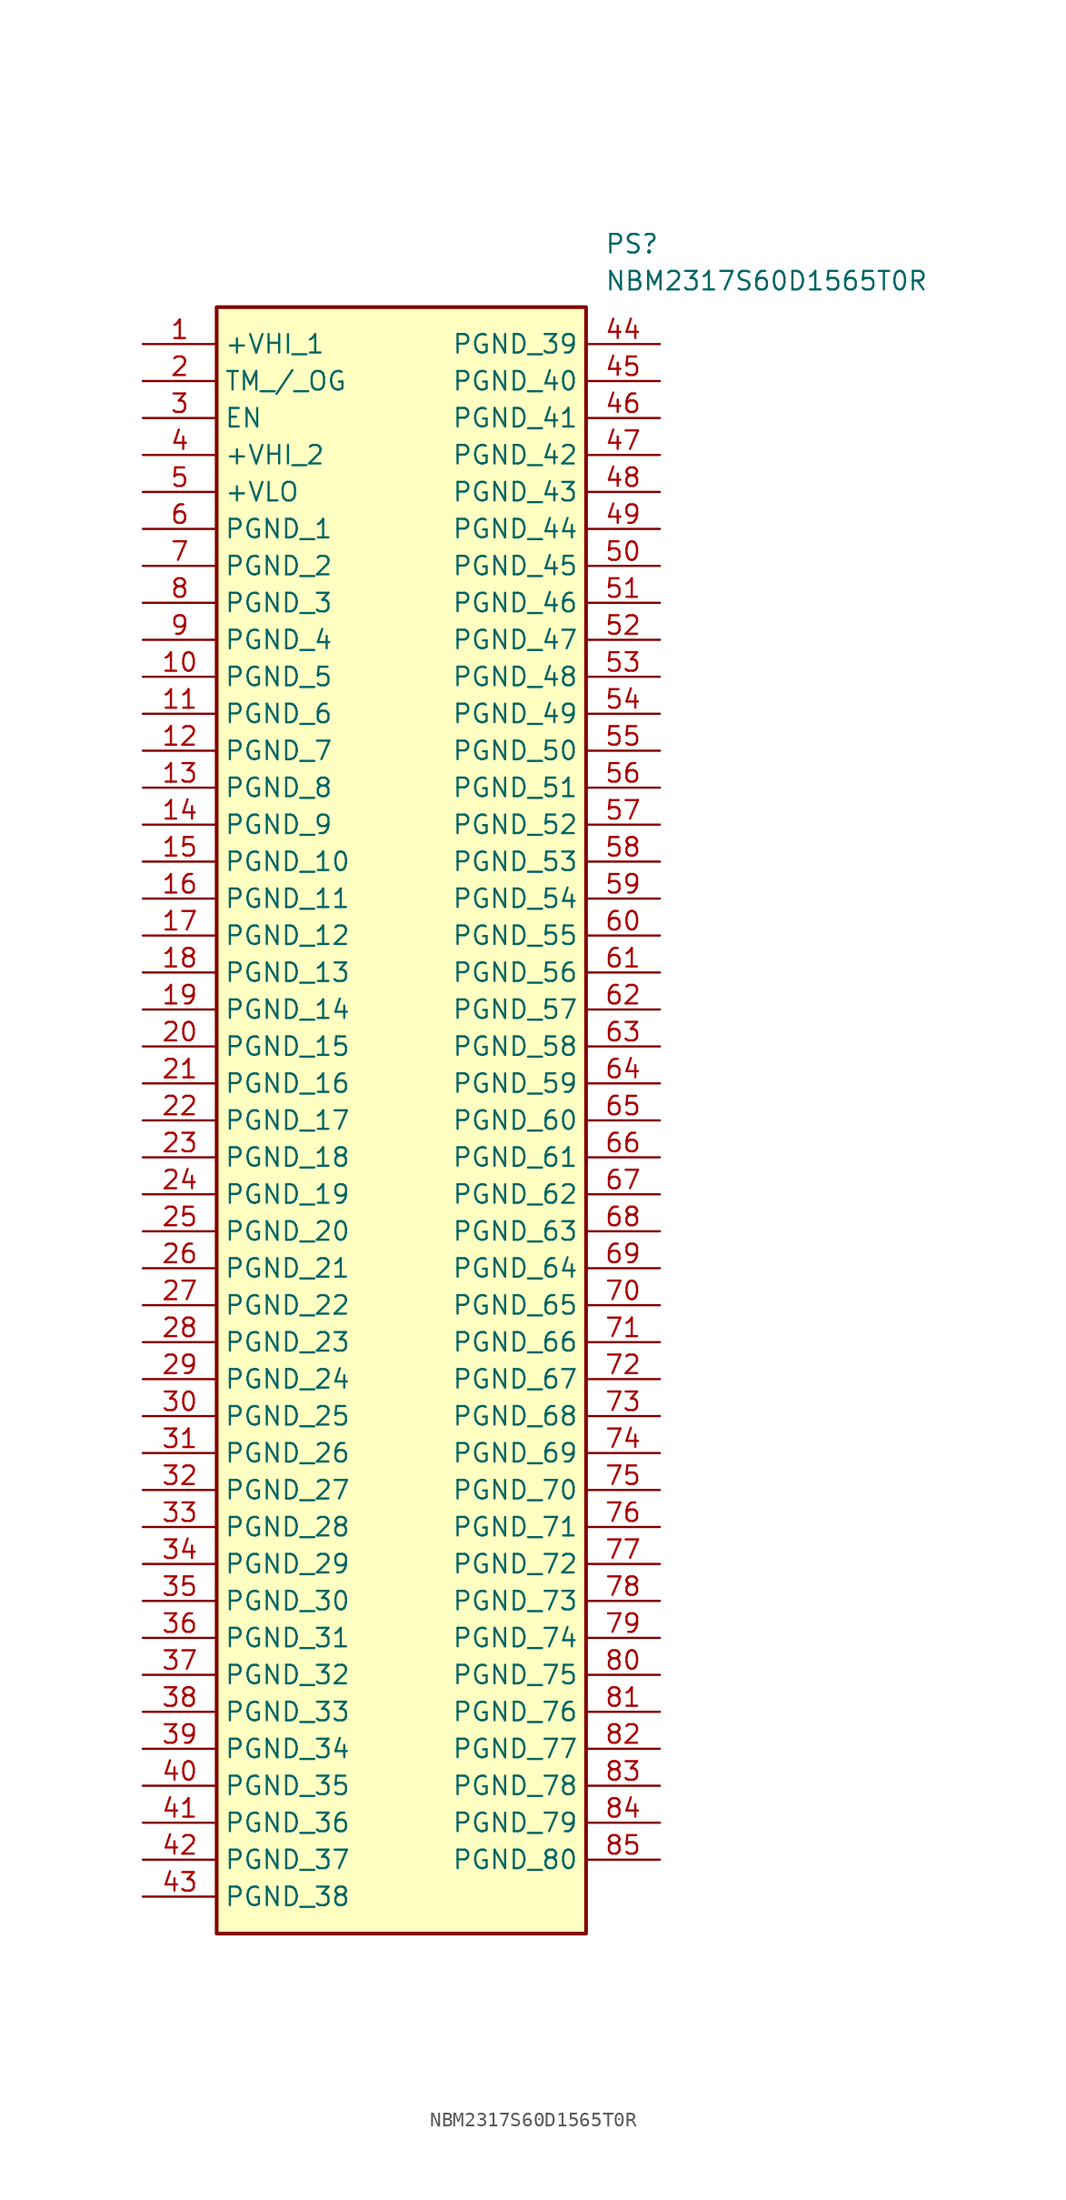
<source format=kicad_sym>
(kicad_symbol_lib
  (version 20211014)
  (generator SamacSys_ECAD_Model)
  (symbol "NBM2317S60D1565T0R"
    (property "Reference" "PS"
      (at 31.75 7.62 0)
      (effects (font (size 1.27 1.27)) (justify left top)))
    (property "Value" "NBM2317S60D1565T0R"
      (at 31.75 5.08 0)
      (effects (font (size 1.27 1.27)) (justify left top)))
    (rectangle
      (start 5.08 2.54)
      (end 30.48 -109.22)
      (stroke (width 0.254) (type default))
      (fill (type background)))
    (pin passive line
      (at 0 0 0)
      (length 5.08)
      (name "+VHI_1" (effects (font (size 1.27 1.27))))
      (number "1" (effects (font (size 1.27 1.27)))))
    (pin passive line
      (at 0 -2.54 0)
      (length 5.08)
      (name "TM_/_OG" (effects (font (size 1.27 1.27))))
      (number "2" (effects (font (size 1.27 1.27)))))
    (pin passive line
      (at 0 -5.08 0)
      (length 5.08)
      (name "EN" (effects (font (size 1.27 1.27))))
      (number "3" (effects (font (size 1.27 1.27)))))
    (pin passive line
      (at 0 -7.62 0)
      (length 5.08)
      (name "+VHI_2" (effects (font (size 1.27 1.27))))
      (number "4" (effects (font (size 1.27 1.27)))))
    (pin passive line
      (at 0 -10.16 0)
      (length 5.08)
      (name "+VLO" (effects (font (size 1.27 1.27))))
      (number "5" (effects (font (size 1.27 1.27)))))
    (pin passive line
      (at 0 -12.7 0)
      (length 5.08)
      (name "PGND_1" (effects (font (size 1.27 1.27))))
      (number "6" (effects (font (size 1.27 1.27)))))
    (pin passive line
      (at 0 -15.24 0)
      (length 5.08)
      (name "PGND_2" (effects (font (size 1.27 1.27))))
      (number "7" (effects (font (size 1.27 1.27)))))
    (pin passive line
      (at 0 -17.78 0)
      (length 5.08)
      (name "PGND_3" (effects (font (size 1.27 1.27))))
      (number "8" (effects (font (size 1.27 1.27)))))
    (pin passive line
      (at 0 -20.32 0)
      (length 5.08)
      (name "PGND_4" (effects (font (size 1.27 1.27))))
      (number "9" (effects (font (size 1.27 1.27)))))
    (pin passive line
      (at 0 -22.86 0)
      (length 5.08)
      (name "PGND_5" (effects (font (size 1.27 1.27))))
      (number "10" (effects (font (size 1.27 1.27)))))
    (pin passive line
      (at 0 -25.4 0)
      (length 5.08)
      (name "PGND_6" (effects (font (size 1.27 1.27))))
      (number "11" (effects (font (size 1.27 1.27)))))
    (pin passive line
      (at 0 -27.94 0)
      (length 5.08)
      (name "PGND_7" (effects (font (size 1.27 1.27))))
      (number "12" (effects (font (size 1.27 1.27)))))
    (pin passive line
      (at 0 -30.48 0)
      (length 5.08)
      (name "PGND_8" (effects (font (size 1.27 1.27))))
      (number "13" (effects (font (size 1.27 1.27)))))
    (pin passive line
      (at 0 -33.02 0)
      (length 5.08)
      (name "PGND_9" (effects (font (size 1.27 1.27))))
      (number "14" (effects (font (size 1.27 1.27)))))
    (pin passive line
      (at 0 -35.56 0)
      (length 5.08)
      (name "PGND_10" (effects (font (size 1.27 1.27))))
      (number "15" (effects (font (size 1.27 1.27)))))
    (pin passive line
      (at 0 -38.1 0)
      (length 5.08)
      (name "PGND_11" (effects (font (size 1.27 1.27))))
      (number "16" (effects (font (size 1.27 1.27)))))
    (pin passive line
      (at 0 -40.64 0)
      (length 5.08)
      (name "PGND_12" (effects (font (size 1.27 1.27))))
      (number "17" (effects (font (size 1.27 1.27)))))
    (pin passive line
      (at 0 -43.18 0)
      (length 5.08)
      (name "PGND_13" (effects (font (size 1.27 1.27))))
      (number "18" (effects (font (size 1.27 1.27)))))
    (pin passive line
      (at 0 -45.72 0)
      (length 5.08)
      (name "PGND_14" (effects (font (size 1.27 1.27))))
      (number "19" (effects (font (size 1.27 1.27)))))
    (pin passive line
      (at 0 -48.26 0)
      (length 5.08)
      (name "PGND_15" (effects (font (size 1.27 1.27))))
      (number "20" (effects (font (size 1.27 1.27)))))
    (pin passive line
      (at 0 -50.8 0)
      (length 5.08)
      (name "PGND_16" (effects (font (size 1.27 1.27))))
      (number "21" (effects (font (size 1.27 1.27)))))
    (pin passive line
      (at 0 -53.34 0)
      (length 5.08)
      (name "PGND_17" (effects (font (size 1.27 1.27))))
      (number "22" (effects (font (size 1.27 1.27)))))
    (pin passive line
      (at 0 -55.88 0)
      (length 5.08)
      (name "PGND_18" (effects (font (size 1.27 1.27))))
      (number "23" (effects (font (size 1.27 1.27)))))
    (pin passive line
      (at 0 -58.42 0)
      (length 5.08)
      (name "PGND_19" (effects (font (size 1.27 1.27))))
      (number "24" (effects (font (size 1.27 1.27)))))
    (pin passive line
      (at 0 -60.96 0)
      (length 5.08)
      (name "PGND_20" (effects (font (size 1.27 1.27))))
      (number "25" (effects (font (size 1.27 1.27)))))
    (pin passive line
      (at 0 -63.5 0)
      (length 5.08)
      (name "PGND_21" (effects (font (size 1.27 1.27))))
      (number "26" (effects (font (size 1.27 1.27)))))
    (pin passive line
      (at 0 -66.04 0)
      (length 5.08)
      (name "PGND_22" (effects (font (size 1.27 1.27))))
      (number "27" (effects (font (size 1.27 1.27)))))
    (pin passive line
      (at 0 -68.58 0)
      (length 5.08)
      (name "PGND_23" (effects (font (size 1.27 1.27))))
      (number "28" (effects (font (size 1.27 1.27)))))
    (pin passive line
      (at 0 -71.12 0)
      (length 5.08)
      (name "PGND_24" (effects (font (size 1.27 1.27))))
      (number "29" (effects (font (size 1.27 1.27)))))
    (pin passive line
      (at 0 -73.66 0)
      (length 5.08)
      (name "PGND_25" (effects (font (size 1.27 1.27))))
      (number "30" (effects (font (size 1.27 1.27)))))
    (pin passive line
      (at 0 -76.2 0)
      (length 5.08)
      (name "PGND_26" (effects (font (size 1.27 1.27))))
      (number "31" (effects (font (size 1.27 1.27)))))
    (pin passive line
      (at 0 -78.74 0)
      (length 5.08)
      (name "PGND_27" (effects (font (size 1.27 1.27))))
      (number "32" (effects (font (size 1.27 1.27)))))
    (pin passive line
      (at 0 -81.28 0)
      (length 5.08)
      (name "PGND_28" (effects (font (size 1.27 1.27))))
      (number "33" (effects (font (size 1.27 1.27)))))
    (pin passive line
      (at 0 -83.82 0)
      (length 5.08)
      (name "PGND_29" (effects (font (size 1.27 1.27))))
      (number "34" (effects (font (size 1.27 1.27)))))
    (pin passive line
      (at 0 -86.36 0)
      (length 5.08)
      (name "PGND_30" (effects (font (size 1.27 1.27))))
      (number "35" (effects (font (size 1.27 1.27)))))
    (pin passive line
      (at 0 -88.9 0)
      (length 5.08)
      (name "PGND_31" (effects (font (size 1.27 1.27))))
      (number "36" (effects (font (size 1.27 1.27)))))
    (pin passive line
      (at 0 -91.44 0)
      (length 5.08)
      (name "PGND_32" (effects (font (size 1.27 1.27))))
      (number "37" (effects (font (size 1.27 1.27)))))
    (pin passive line
      (at 0 -93.98 0)
      (length 5.08)
      (name "PGND_33" (effects (font (size 1.27 1.27))))
      (number "38" (effects (font (size 1.27 1.27)))))
    (pin passive line
      (at 0 -96.52 0)
      (length 5.08)
      (name "PGND_34" (effects (font (size 1.27 1.27))))
      (number "39" (effects (font (size 1.27 1.27)))))
    (pin passive line
      (at 0 -99.06 0)
      (length 5.08)
      (name "PGND_35" (effects (font (size 1.27 1.27))))
      (number "40" (effects (font (size 1.27 1.27)))))
    (pin passive line
      (at 0 -101.6 0)
      (length 5.08)
      (name "PGND_36" (effects (font (size 1.27 1.27))))
      (number "41" (effects (font (size 1.27 1.27)))))
    (pin passive line
      (at 0 -104.14 0)
      (length 5.08)
      (name "PGND_37" (effects (font (size 1.27 1.27))))
      (number "42" (effects (font (size 1.27 1.27)))))
    (pin passive line
      (at 0 -106.68 0)
      (length 5.08)
      (name "PGND_38" (effects (font (size 1.27 1.27))))
      (number "43" (effects (font (size 1.27 1.27)))))
    (pin passive line
      (at 35.56 0 180)
      (length 5.08)
      (name "PGND_39" (effects (font (size 1.27 1.27))))
      (number "44" (effects (font (size 1.27 1.27)))))
    (pin passive line
      (at 35.56 -2.54 180)
      (length 5.08)
      (name "PGND_40" (effects (font (size 1.27 1.27))))
      (number "45" (effects (font (size 1.27 1.27)))))
    (pin passive line
      (at 35.56 -5.08 180)
      (length 5.08)
      (name "PGND_41" (effects (font (size 1.27 1.27))))
      (number "46" (effects (font (size 1.27 1.27)))))
    (pin passive line
      (at 35.56 -7.62 180)
      (length 5.08)
      (name "PGND_42" (effects (font (size 1.27 1.27))))
      (number "47" (effects (font (size 1.27 1.27)))))
    (pin passive line
      (at 35.56 -10.16 180)
      (length 5.08)
      (name "PGND_43" (effects (font (size 1.27 1.27))))
      (number "48" (effects (font (size 1.27 1.27)))))
    (pin passive line
      (at 35.56 -12.7 180)
      (length 5.08)
      (name "PGND_44" (effects (font (size 1.27 1.27))))
      (number "49" (effects (font (size 1.27 1.27)))))
    (pin passive line
      (at 35.56 -15.24 180)
      (length 5.08)
      (name "PGND_45" (effects (font (size 1.27 1.27))))
      (number "50" (effects (font (size 1.27 1.27)))))
    (pin passive line
      (at 35.56 -17.78 180)
      (length 5.08)
      (name "PGND_46" (effects (font (size 1.27 1.27))))
      (number "51" (effects (font (size 1.27 1.27)))))
    (pin passive line
      (at 35.56 -20.32 180)
      (length 5.08)
      (name "PGND_47" (effects (font (size 1.27 1.27))))
      (number "52" (effects (font (size 1.27 1.27)))))
    (pin passive line
      (at 35.56 -22.86 180)
      (length 5.08)
      (name "PGND_48" (effects (font (size 1.27 1.27))))
      (number "53" (effects (font (size 1.27 1.27)))))
    (pin passive line
      (at 35.56 -25.4 180)
      (length 5.08)
      (name "PGND_49" (effects (font (size 1.27 1.27))))
      (number "54" (effects (font (size 1.27 1.27)))))
    (pin passive line
      (at 35.56 -27.94 180)
      (length 5.08)
      (name "PGND_50" (effects (font (size 1.27 1.27))))
      (number "55" (effects (font (size 1.27 1.27)))))
    (pin passive line
      (at 35.56 -30.48 180)
      (length 5.08)
      (name "PGND_51" (effects (font (size 1.27 1.27))))
      (number "56" (effects (font (size 1.27 1.27)))))
    (pin passive line
      (at 35.56 -33.02 180)
      (length 5.08)
      (name "PGND_52" (effects (font (size 1.27 1.27))))
      (number "57" (effects (font (size 1.27 1.27)))))
    (pin passive line
      (at 35.56 -35.56 180)
      (length 5.08)
      (name "PGND_53" (effects (font (size 1.27 1.27))))
      (number "58" (effects (font (size 1.27 1.27)))))
    (pin passive line
      (at 35.56 -38.1 180)
      (length 5.08)
      (name "PGND_54" (effects (font (size 1.27 1.27))))
      (number "59" (effects (font (size 1.27 1.27)))))
    (pin passive line
      (at 35.56 -40.64 180)
      (length 5.08)
      (name "PGND_55" (effects (font (size 1.27 1.27))))
      (number "60" (effects (font (size 1.27 1.27)))))
    (pin passive line
      (at 35.56 -43.18 180)
      (length 5.08)
      (name "PGND_56" (effects (font (size 1.27 1.27))))
      (number "61" (effects (font (size 1.27 1.27)))))
    (pin passive line
      (at 35.56 -45.72 180)
      (length 5.08)
      (name "PGND_57" (effects (font (size 1.27 1.27))))
      (number "62" (effects (font (size 1.27 1.27)))))
    (pin passive line
      (at 35.56 -48.26 180)
      (length 5.08)
      (name "PGND_58" (effects (font (size 1.27 1.27))))
      (number "63" (effects (font (size 1.27 1.27)))))
    (pin passive line
      (at 35.56 -50.8 180)
      (length 5.08)
      (name "PGND_59" (effects (font (size 1.27 1.27))))
      (number "64" (effects (font (size 1.27 1.27)))))
    (pin passive line
      (at 35.56 -53.34 180)
      (length 5.08)
      (name "PGND_60" (effects (font (size 1.27 1.27))))
      (number "65" (effects (font (size 1.27 1.27)))))
    (pin passive line
      (at 35.56 -55.88 180)
      (length 5.08)
      (name "PGND_61" (effects (font (size 1.27 1.27))))
      (number "66" (effects (font (size 1.27 1.27)))))
    (pin passive line
      (at 35.56 -58.42 180)
      (length 5.08)
      (name "PGND_62" (effects (font (size 1.27 1.27))))
      (number "67" (effects (font (size 1.27 1.27)))))
    (pin passive line
      (at 35.56 -60.96 180)
      (length 5.08)
      (name "PGND_63" (effects (font (size 1.27 1.27))))
      (number "68" (effects (font (size 1.27 1.27)))))
    (pin passive line
      (at 35.56 -63.5 180)
      (length 5.08)
      (name "PGND_64" (effects (font (size 1.27 1.27))))
      (number "69" (effects (font (size 1.27 1.27)))))
    (pin passive line
      (at 35.56 -66.04 180)
      (length 5.08)
      (name "PGND_65" (effects (font (size 1.27 1.27))))
      (number "70" (effects (font (size 1.27 1.27)))))
    (pin passive line
      (at 35.56 -68.58 180)
      (length 5.08)
      (name "PGND_66" (effects (font (size 1.27 1.27))))
      (number "71" (effects (font (size 1.27 1.27)))))
    (pin passive line
      (at 35.56 -71.12 180)
      (length 5.08)
      (name "PGND_67" (effects (font (size 1.27 1.27))))
      (number "72" (effects (font (size 1.27 1.27)))))
    (pin passive line
      (at 35.56 -73.66 180)
      (length 5.08)
      (name "PGND_68" (effects (font (size 1.27 1.27))))
      (number "73" (effects (font (size 1.27 1.27)))))
    (pin passive line
      (at 35.56 -76.2 180)
      (length 5.08)
      (name "PGND_69" (effects (font (size 1.27 1.27))))
      (number "74" (effects (font (size 1.27 1.27)))))
    (pin passive line
      (at 35.56 -78.74 180)
      (length 5.08)
      (name "PGND_70" (effects (font (size 1.27 1.27))))
      (number "75" (effects (font (size 1.27 1.27)))))
    (pin passive line
      (at 35.56 -81.28 180)
      (length 5.08)
      (name "PGND_71" (effects (font (size 1.27 1.27))))
      (number "76" (effects (font (size 1.27 1.27)))))
    (pin passive line
      (at 35.56 -83.82 180)
      (length 5.08)
      (name "PGND_72" (effects (font (size 1.27 1.27))))
      (number "77" (effects (font (size 1.27 1.27)))))
    (pin passive line
      (at 35.56 -86.36 180)
      (length 5.08)
      (name "PGND_73" (effects (font (size 1.27 1.27))))
      (number "78" (effects (font (size 1.27 1.27)))))
    (pin passive line
      (at 35.56 -88.9 180)
      (length 5.08)
      (name "PGND_74" (effects (font (size 1.27 1.27))))
      (number "79" (effects (font (size 1.27 1.27)))))
    (pin passive line
      (at 35.56 -91.44 180)
      (length 5.08)
      (name "PGND_75" (effects (font (size 1.27 1.27))))
      (number "80" (effects (font (size 1.27 1.27)))))
    (pin passive line
      (at 35.56 -93.98 180)
      (length 5.08)
      (name "PGND_76" (effects (font (size 1.27 1.27))))
      (number "81" (effects (font (size 1.27 1.27)))))
    (pin passive line
      (at 35.56 -96.52 180)
      (length 5.08)
      (name "PGND_77" (effects (font (size 1.27 1.27))))
      (number "82" (effects (font (size 1.27 1.27)))))
    (pin passive line
      (at 35.56 -99.06 180)
      (length 5.08)
      (name "PGND_78" (effects (font (size 1.27 1.27))))
      (number "83" (effects (font (size 1.27 1.27)))))
    (pin passive line
      (at 35.56 -101.6 180)
      (length 5.08)
      (name "PGND_79" (effects (font (size 1.27 1.27))))
      (number "84" (effects (font (size 1.27 1.27)))))
    (pin passive line
      (at 35.56 -104.14 180)
      (length 5.08)
      (name "PGND_80" (effects (font (size 1.27 1.27))))
      (number "85" (effects (font (size 1.27 1.27)))))))
</source>
